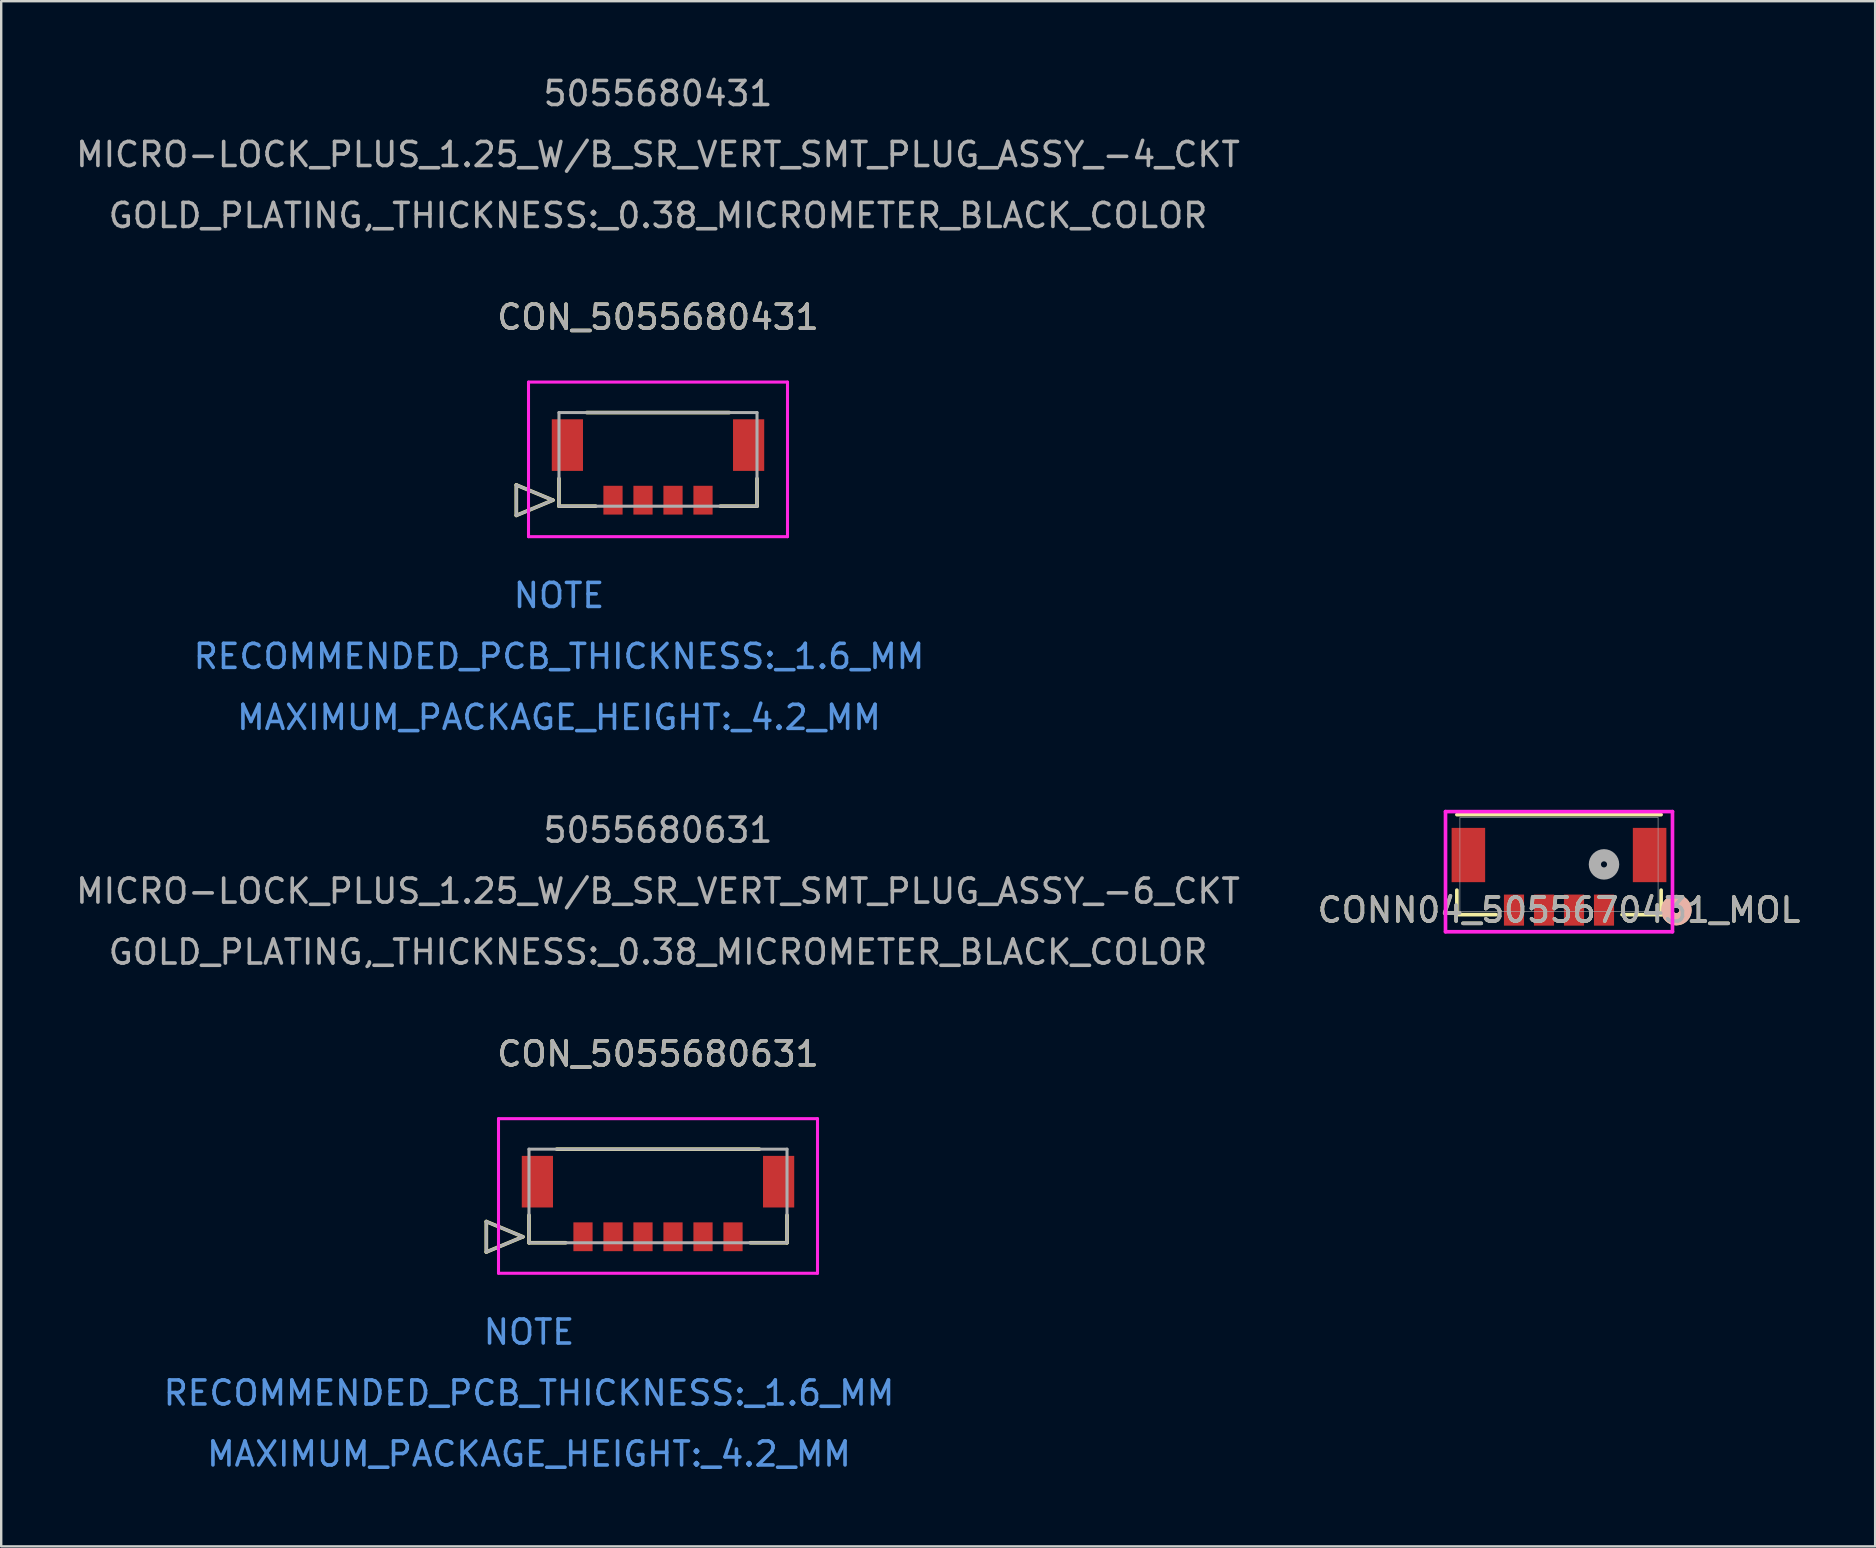
<source format=kicad_pcb>
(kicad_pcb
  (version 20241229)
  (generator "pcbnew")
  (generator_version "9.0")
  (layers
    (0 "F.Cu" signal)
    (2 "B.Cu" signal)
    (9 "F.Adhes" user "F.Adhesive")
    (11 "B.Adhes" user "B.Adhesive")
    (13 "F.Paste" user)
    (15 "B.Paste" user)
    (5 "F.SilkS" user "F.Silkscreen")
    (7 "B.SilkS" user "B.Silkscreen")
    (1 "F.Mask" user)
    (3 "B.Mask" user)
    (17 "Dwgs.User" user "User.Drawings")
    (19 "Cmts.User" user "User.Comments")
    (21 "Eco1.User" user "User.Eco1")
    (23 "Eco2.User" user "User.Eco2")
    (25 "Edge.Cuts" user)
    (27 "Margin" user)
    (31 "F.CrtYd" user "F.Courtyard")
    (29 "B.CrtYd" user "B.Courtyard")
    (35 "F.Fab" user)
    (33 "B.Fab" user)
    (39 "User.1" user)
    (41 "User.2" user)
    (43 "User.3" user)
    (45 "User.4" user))
  (footprint "CONN04_5055670431_MOL"
    (layer "F.Cu")
    (at 61.899 32.972)
    (property "Reference" "CONN04_5055670431_MOL" (at 0 1.894 0) (unlocked yes) (layer "F.SilkS") (effects (font (size 1 1) (thickness 0.15))))
    (attr smd)
    (fp_line (start -4.255 1.062) (end -4.255 2.083) (stroke (width 0.152) (type solid)) (layer "F.SilkS"))
    (fp_line (start -4.255 2.083) (end -2.627 2.083) (stroke (width 0.152) (type solid)) (layer "F.SilkS"))
    (fp_line (start 2.627 2.083) (end 4.255 2.083) (stroke (width 0.152) (type solid)) (layer "F.SilkS"))
    (fp_line (start 4.255 -2.083) (end -4.255 -2.083) (stroke (width 0.152) (type solid)) (layer "F.SilkS"))
    (fp_line (start 4.255 2.083) (end 4.255 1.062) (stroke (width 0.152) (type solid)) (layer "F.SilkS"))
    (fp_circle (center 4.889 1.894) (end 5.271 1.894) (stroke (width 0.508) (type solid)) (fill no) (layer "F.SilkS"))
    (fp_circle (center 4.889 1.894) (end 5.271 1.894) (stroke (width 0.508) (type solid)) (fill no) (layer "B.SilkS"))
    (fp_line (start -4.728 -2.21) (end -4.728 2.796) (stroke (width 0.152) (type solid)) (layer "F.CrtYd"))
    (fp_line (start -4.728 2.796) (end 4.728 2.796) (stroke (width 0.152) (type solid)) (layer "F.CrtYd"))
    (fp_line (start 4.728 -2.21) (end -4.728 -2.21) (stroke (width 0.152) (type solid)) (layer "F.CrtYd"))
    (fp_line (start 4.728 2.796) (end 4.728 -2.21) (stroke (width 0.152) (type solid)) (layer "F.CrtYd"))
    (fp_line (start -4.128 -1.956) (end -4.128 1.956) (stroke (width 0.025) (type solid)) (layer "F.Fab"))
    (fp_line (start -4.128 1.956) (end 4.128 1.956) (stroke (width 0.025) (type solid)) (layer "F.Fab"))
    (fp_line (start 4.128 -1.956) (end -4.128 -1.956) (stroke (width 0.025) (type solid)) (layer "F.Fab"))
    (fp_line (start 4.128 1.956) (end 4.128 -1.956) (stroke (width 0.025) (type solid)) (layer "F.Fab"))
    (fp_circle (center 1.875 -0.011) (end 2.256 -0.011) (stroke (width 0.508) (type solid)) (fill no) (layer "F.Fab"))
    (fp_text user "${REFERENCE}" (at 0 1.894 0) (unlocked yes) (layer "F.Fab") (effects (font (size 1 1) (thickness 0.15))))
    (pad "1" smd rect (at 1.875 1.894) (size 0.838 1.295) (layers "F.Cu" "F.Mask" "F.Paste"))
    (pad "2" smd rect (at 0.625 1.894) (size 0.838 1.295) (layers "F.Cu" "F.Mask" "F.Paste"))
    (pad "3" smd rect (at -0.625 1.894) (size 0.838 1.295) (layers "F.Cu" "F.Mask" "F.Paste"))
    (pad "4" smd rect (at -1.875 1.894) (size 0.838 1.295) (layers "F.Cu" "F.Mask" "F.Paste"))
    (pad "5" smd rect (at -3.775 -0.401) (size 1.397 2.261) (layers "F.Cu" "F.Mask" "F.Paste"))
    (pad "6" smd rect (at 3.775 -0.401) (size 1.397 2.261) (layers "F.Cu" "F.Mask" "F.Paste")))
  (footprint "CON_5055680431"
    (layer "F.Cu")
    (at 22.488 17.788)
    (property "Reference" "CON_5055680431" (at 1.875 -7.62 0) (unlocked yes) (layer "F.SilkS") (effects (font (size 1 1) (thickness 0.15))))
    (attr smd)
    (fp_line (start -4.028 -0.635) (end -4.028 0.635) (stroke (width 0.152) (type solid)) (layer "F.SilkS"))
    (fp_line (start -4.028 0.635) (end -2.504 0) (stroke (width 0.152) (type solid)) (layer "F.SilkS"))
    (fp_line (start -2.504 0) (end -4.028 -0.635) (stroke (width 0.152) (type solid)) (layer "F.SilkS"))
    (fp_line (start -2.25 -0.9) (end -2.25 0.25) (stroke (width 0.152) (type solid)) (layer "F.SilkS"))
    (fp_line (start -2.25 0.25) (end -0.72 0.25) (stroke (width 0.152) (type solid)) (layer "F.SilkS"))
    (fp_line (start 4.47 0.25) (end 6 0.25) (stroke (width 0.152) (type solid)) (layer "F.SilkS"))
    (fp_line (start 4.845 -3.65) (end -1.095 -3.65) (stroke (width 0.152) (type solid)) (layer "F.SilkS"))
    (fp_line (start 6 0.25) (end 6 -0.9) (stroke (width 0.152) (type solid)) (layer "F.SilkS"))
    (fp_line (start -3.52 -4.92) (end -3.52 1.52) (stroke (width 0.127) (type solid)) (layer "F.CrtYd"))
    (fp_line (start -3.52 1.52) (end 7.27 1.52) (stroke (width 0.127) (type solid)) (layer "F.CrtYd"))
    (fp_line (start 7.27 -4.92) (end -3.52 -4.92) (stroke (width 0.127) (type solid)) (layer "F.CrtYd"))
    (fp_line (start 7.27 1.52) (end 7.27 -4.92) (stroke (width 0.127) (type solid)) (layer "F.CrtYd"))
    (fp_line (start -4.028 -0.635) (end -4.028 0.635) (stroke (width 0.127) (type solid)) (layer "F.Fab"))
    (fp_line (start -4.028 0.635) (end -2.504 0) (stroke (width 0.127) (type solid)) (layer "F.Fab"))
    (fp_line (start -2.504 0) (end -4.028 -0.635) (stroke (width 0.127) (type solid)) (layer "F.Fab"))
    (fp_line (start -2.25 -3.65) (end -2.25 0.25) (stroke (width 0.127) (type solid)) (layer "F.Fab"))
    (fp_line (start -2.25 0.25) (end 6 0.25) (stroke (width 0.127) (type solid)) (layer "F.Fab"))
    (fp_line (start 6 -3.65) (end -2.25 -3.65) (stroke (width 0.127) (type solid)) (layer "F.Fab"))
    (fp_line (start 6 0.25) (end 6 -3.65) (stroke (width 0.127) (type solid)) (layer "F.Fab"))
    (fp_text user "MAXIMUM_PACKAGE_HEIGHT:_4.2_MM" (at -2.25 9.05 0) (unlocked yes) (layer "Cmts.User") (effects (font (size 1 1) (thickness 0.15))))
    (fp_text user "RECOMMENDED_PCB_THICKNESS:_1.6_MM" (at -2.25 6.51 0) (unlocked yes) (layer "Cmts.User") (effects (font (size 1 1) (thickness 0.15))))
    (fp_text user "NOTE" (at -2.25 3.97 0) (unlocked yes) (layer "Cmts.User") (effects (font (size 1 1) (thickness 0.15))))
    (fp_text user "${REFERENCE}" (at 1.875 -7.62 0) (unlocked yes) (layer "F.Fab") (effects (font (size 1 1) (thickness 0.15))))
    (fp_text user "5055680431" (at 1.875 -16.94 0) (unlocked yes) (layer "F.Fab") (effects (font (size 1 1) (thickness 0.15))))
    (fp_text user "MICRO-LOCK_PLUS_1.25_W/B_SR_VERT_SMT_PLUG_ASSY_-4_CKT" (at 1.875 -14.4 0) (unlocked yes) (layer "F.Fab") (effects (font (size 1 1) (thickness 0.15))))
    (fp_text user "GOLD_PLATING,_THICKNESS:_0.38_MICROMETER_BLACK_COLOR" (at 1.875 -11.86 0) (unlocked yes) (layer "F.Fab") (effects (font (size 1 1) (thickness 0.15))))
    (pad "1" smd rect (at 0 0) (size 0.8 1.2) (layers "F.Cu" "F.Mask" "F.Paste"))
    (pad "2" smd rect (at 1.25 0) (size 0.8 1.2) (layers "F.Cu" "F.Mask" "F.Paste"))
    (pad "3" smd rect (at 2.5 0) (size 0.8 1.2) (layers "F.Cu" "F.Mask" "F.Paste"))
    (pad "4" smd rect (at 3.75 0) (size 0.8 1.2) (layers "F.Cu" "F.Mask" "F.Paste"))
    (pad "5" smd rect (at -1.9 -2.295) (size 1.3 2.15) (layers "F.Cu" "F.Mask" "F.Paste"))
    (pad "6" smd rect (at 5.65 -2.295) (size 1.3 2.15) (layers "F.Cu" "F.Mask" "F.Paste")))
  (footprint "CON_5055680631"
    (layer "F.Cu")
    (at 21.238 48.475)
    (property "Reference" "CON_5055680631" (at 3.125 -7.62 0) (unlocked yes) (layer "F.SilkS") (effects (font (size 1 1) (thickness 0.15))))
    (attr smd)
    (fp_line (start -4.028 -0.635) (end -4.028 0.635) (stroke (width 0.152) (type solid)) (layer "F.SilkS"))
    (fp_line (start -4.028 0.635) (end -2.504 0) (stroke (width 0.152) (type solid)) (layer "F.SilkS"))
    (fp_line (start -2.504 0) (end -4.028 -0.635) (stroke (width 0.152) (type solid)) (layer "F.SilkS"))
    (fp_line (start -2.25 -0.9) (end -2.25 0.25) (stroke (width 0.152) (type solid)) (layer "F.SilkS"))
    (fp_line (start -2.25 0.25) (end -0.72 0.25) (stroke (width 0.152) (type solid)) (layer "F.SilkS"))
    (fp_line (start 6.97 0.25) (end 8.5 0.25) (stroke (width 0.152) (type solid)) (layer "F.SilkS"))
    (fp_line (start 7.345 -3.65) (end -1.095 -3.65) (stroke (width 0.152) (type solid)) (layer "F.SilkS"))
    (fp_line (start 8.5 0.25) (end 8.5 -0.9) (stroke (width 0.152) (type solid)) (layer "F.SilkS"))
    (fp_line (start -3.52 -4.92) (end -3.52 1.52) (stroke (width 0.127) (type solid)) (layer "F.CrtYd"))
    (fp_line (start -3.52 1.52) (end 9.77 1.52) (stroke (width 0.127) (type solid)) (layer "F.CrtYd"))
    (fp_line (start 9.77 -4.92) (end -3.52 -4.92) (stroke (width 0.127) (type solid)) (layer "F.CrtYd"))
    (fp_line (start 9.77 1.52) (end 9.77 -4.92) (stroke (width 0.127) (type solid)) (layer "F.CrtYd"))
    (fp_line (start -4.028 -0.635) (end -4.028 0.635) (stroke (width 0.127) (type solid)) (layer "F.Fab"))
    (fp_line (start -4.028 0.635) (end -2.504 0) (stroke (width 0.127) (type solid)) (layer "F.Fab"))
    (fp_line (start -2.504 0) (end -4.028 -0.635) (stroke (width 0.127) (type solid)) (layer "F.Fab"))
    (fp_line (start -2.25 -3.65) (end -2.25 0.25) (stroke (width 0.127) (type solid)) (layer "F.Fab"))
    (fp_line (start -2.25 0.25) (end 8.5 0.25) (stroke (width 0.127) (type solid)) (layer "F.Fab"))
    (fp_line (start 8.5 -3.65) (end -2.25 -3.65) (stroke (width 0.127) (type solid)) (layer "F.Fab"))
    (fp_line (start 8.5 0.25) (end 8.5 -3.65) (stroke (width 0.127) (type solid)) (layer "F.Fab"))
    (fp_text user "RECOMMENDED_PCB_THICKNESS:_1.6_MM" (at -2.25 6.51 0) (unlocked yes) (layer "Cmts.User") (effects (font (size 1 1) (thickness 0.15))))
    (fp_text user "NOTE" (at -2.25 3.97 0) (unlocked yes) (layer "Cmts.User") (effects (font (size 1 1) (thickness 0.15))))
    (fp_text user "MAXIMUM_PACKAGE_HEIGHT:_4.2_MM" (at -2.25 9.05 0) (unlocked yes) (layer "Cmts.User") (effects (font (size 1 1) (thickness 0.15))))
    (fp_text user "MICRO-LOCK_PLUS_1.25_W/B_SR_VERT_SMT_PLUG_ASSY_-6_CKT" (at 3.125 -14.4 0) (unlocked yes) (layer "F.Fab") (effects (font (size 1 1) (thickness 0.15))))
    (fp_text user "${REFERENCE}" (at 3.125 -7.62 0) (unlocked yes) (layer "F.Fab") (effects (font (size 1 1) (thickness 0.15))))
    (fp_text user "GOLD_PLATING,_THICKNESS:_0.38_MICROMETER_BLACK_COLOR" (at 3.125 -11.86 0) (unlocked yes) (layer "F.Fab") (effects (font (size 1 1) (thickness 0.15))))
    (fp_text user "5055680631" (at 3.125 -16.94 0) (unlocked yes) (layer "F.Fab") (effects (font (size 1 1) (thickness 0.15))))
    (pad "1" smd rect (at 0 0) (size 0.8 1.2) (layers "F.Cu" "F.Mask" "F.Paste"))
    (pad "2" smd rect (at 1.25 0) (size 0.8 1.2) (layers "F.Cu" "F.Mask" "F.Paste"))
    (pad "3" smd rect (at 2.5 0) (size 0.8 1.2) (layers "F.Cu" "F.Mask" "F.Paste"))
    (pad "4" smd rect (at 3.75 0) (size 0.8 1.2) (layers "F.Cu" "F.Mask" "F.Paste"))
    (pad "5" smd rect (at 5 0) (size 0.8 1.2) (layers "F.Cu" "F.Mask" "F.Paste"))
    (pad "6" smd rect (at 6.25 0) (size 0.8 1.2) (layers "F.Cu" "F.Mask" "F.Paste"))
    (pad "7" smd rect (at -1.9 -2.295) (size 1.3 2.15) (layers "F.Cu" "F.Mask" "F.Paste"))
    (pad "8" smd rect (at 8.15 -2.295) (size 1.3 2.15) (layers "F.Cu" "F.Mask" "F.Paste")))
  (gr_rect
    (start -3 -3)
    (end 75.071 61.373)
    (stroke (width 0.1) (type default))
    (fill no)
    (layer "Edge.Cuts")))
</source>
